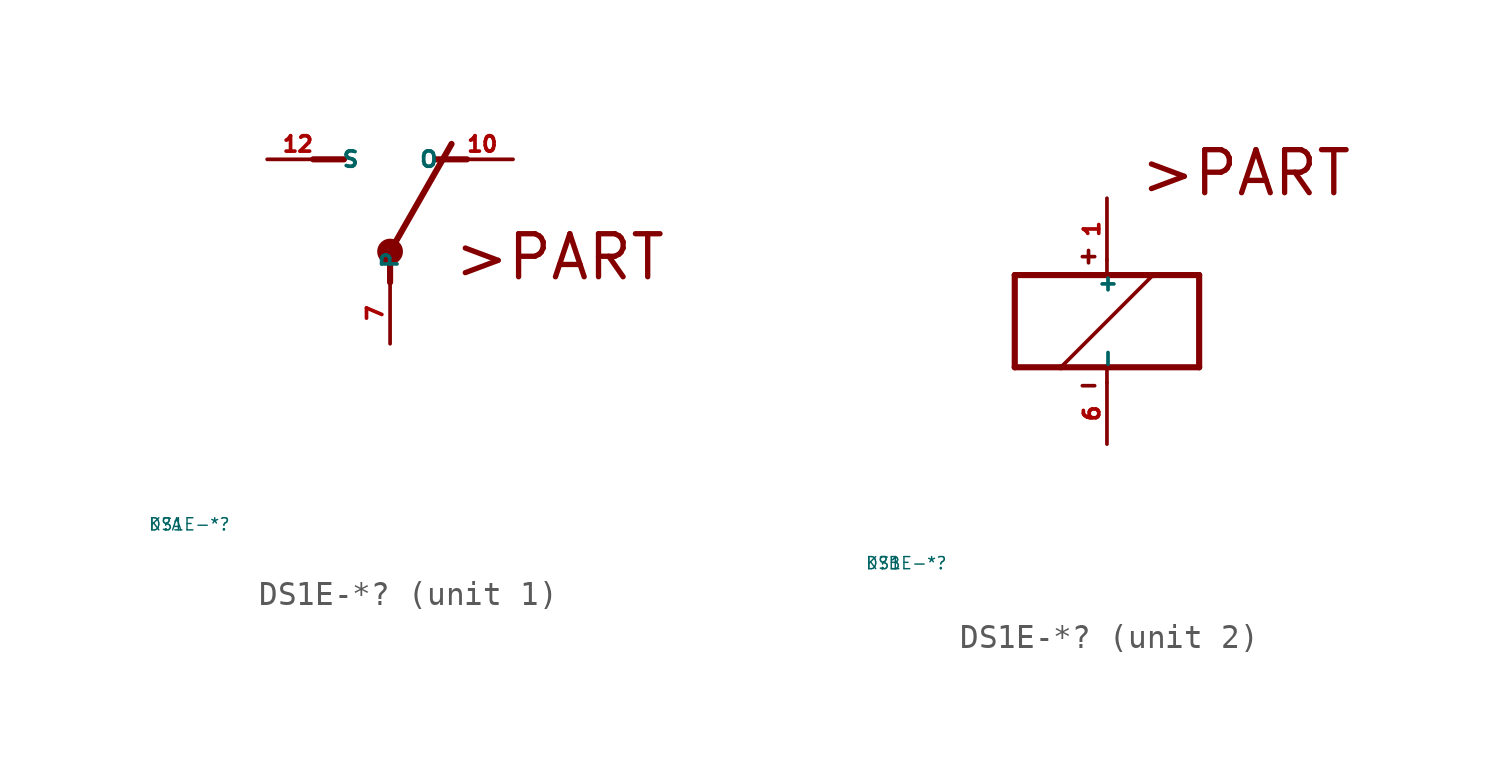
<source format=kicad_sym>
(kicad_symbol_lib
  (version 20220914)
  (generator Eagle2Kicad)
  (symbol "DS1E-*?"
    (property "Reference" "K"
      (at -10 -10 0)
      (effects (font (size 0.5 0.5) (thickness 0.06)) (justify left)))
    (property "Value" "DS1E-*?"
      (at -10 -10 0)
      (effects (font (size 0.5 0.5) (thickness 0.06)) (justify left)))
    (symbol "DS1E-*?_1_0"
      (polyline (pts (xy 3.175 5.08) (xy 1.905 5.08)) (stroke (width 0.254) (type default)) (fill (type none)))
      (polyline (pts (xy -3.175 5.08) (xy -1.905 5.08)) (stroke (width 0.254) (type default)) (fill (type none)))
      (polyline (pts (xy 0 1.27) (xy 2.54 5.715)) (stroke (width 0.254) (type default)) (fill (type none)))
      (polyline (pts (xy 0 1.27) (xy 0 0)) (stroke (width 0.254) (type default)) (fill (type none)))
      (text ">PART" (at 2.54 0 0) (effects (font (size 1.778 1.778) (thickness 0.22)) (justify left bottom)))
      (circle (center 0 1.27) (radius 0.127) (stroke (width 0.406) (type default)) (fill (type none)))
      (pin passive line (at 5.08 5.08 180) (length 2.54) (name "O" (effects (font (size 0.635 0.635) (thickness 0.08)) (justify left bottom))) (number "10" (effects (font (size 0.635 0.635) (thickness 0.08)) (justify left bottom))))
      (pin passive line (at -5.08 5.08 0) (length 2.54) (name "S" (effects (font (size 0.635 0.635) (thickness 0.08)) (justify left bottom))) (number "12" (effects (font (size 0.635 0.635) (thickness 0.08)) (justify left bottom))))
      (pin passive line (at 0 -2.54 90) (length 2.54) (name "P" (effects (font (size 0.635 0.635) (thickness 0.08)) (justify left bottom))) (number "7" (effects (font (size 0.635 0.635) (thickness 0.08)) (justify left bottom)))))
    (symbol "DS1E-*?_2_0"
      (polyline (pts (xy -3.81 -1.905) (xy -1.905 -1.905)) (stroke (width 0.254) (type default)) (fill (type none)))
      (polyline (pts (xy 3.81 -1.905) (xy 3.81 1.905)) (stroke (width 0.254) (type default)) (fill (type none)))
      (polyline (pts (xy 3.81 1.905) (xy 1.905 1.905)) (stroke (width 0.254) (type default)) (fill (type none)))
      (polyline (pts (xy -3.81 1.905) (xy -3.81 -1.905)) (stroke (width 0.254) (type default)) (fill (type none)))
      (polyline (pts (xy 0 -2.54) (xy 0 -1.905)) (stroke (width 0.152) (type default)) (fill (type none)))
      (polyline (pts (xy 0 -1.905) (xy 3.81 -1.905)) (stroke (width 0.254) (type default)) (fill (type none)))
      (polyline (pts (xy 0 2.54) (xy 0 1.905)) (stroke (width 0.152) (type default)) (fill (type none)))
      (polyline (pts (xy 0 1.905) (xy -3.81 1.905)) (stroke (width 0.254) (type default)) (fill (type none)))
      (polyline (pts (xy -1.905 -1.905) (xy 1.905 1.905)) (stroke (width 0.152) (type default)) (fill (type none)))
      (polyline (pts (xy -1.905 -1.905) (xy 0 -1.905)) (stroke (width 0.254) (type default)) (fill (type none)))
      (polyline (pts (xy 1.905 1.905) (xy 0 1.905)) (stroke (width 0.254) (type default)) (fill (type none)))
      (polyline (pts (xy -1.016 2.667) (xy -0.508 2.667)) (stroke (width 0.152) (type default)) (fill (type none)))
      (polyline (pts (xy -0.762 2.921) (xy -0.762 2.413)) (stroke (width 0.152) (type default)) (fill (type none)))
      (polyline (pts (xy -1.016 -2.667) (xy -0.508 -2.667)) (stroke (width 0.152) (type default)) (fill (type none)))
      (text ">PART" (at 1.27 5.08 0) (effects (font (size 1.778 1.778) (thickness 0.22)) (justify left bottom)))
      (pin passive line (at 0 -5.08 90) (length 2.54) (name "-" (effects (font (size 0.635 0.635) (thickness 0.08)) (justify left bottom))) (number "6" (effects (font (size 0.635 0.635) (thickness 0.08)) (justify left bottom))))
      (pin passive line (at 0 5.08 270) (length 2.54) (name "+" (effects (font (size 0.635 0.635) (thickness 0.08)) (justify left bottom))) (number "1" (effects (font (size 0.635 0.635) (thickness 0.08)) (justify left bottom)))))))
</source>
